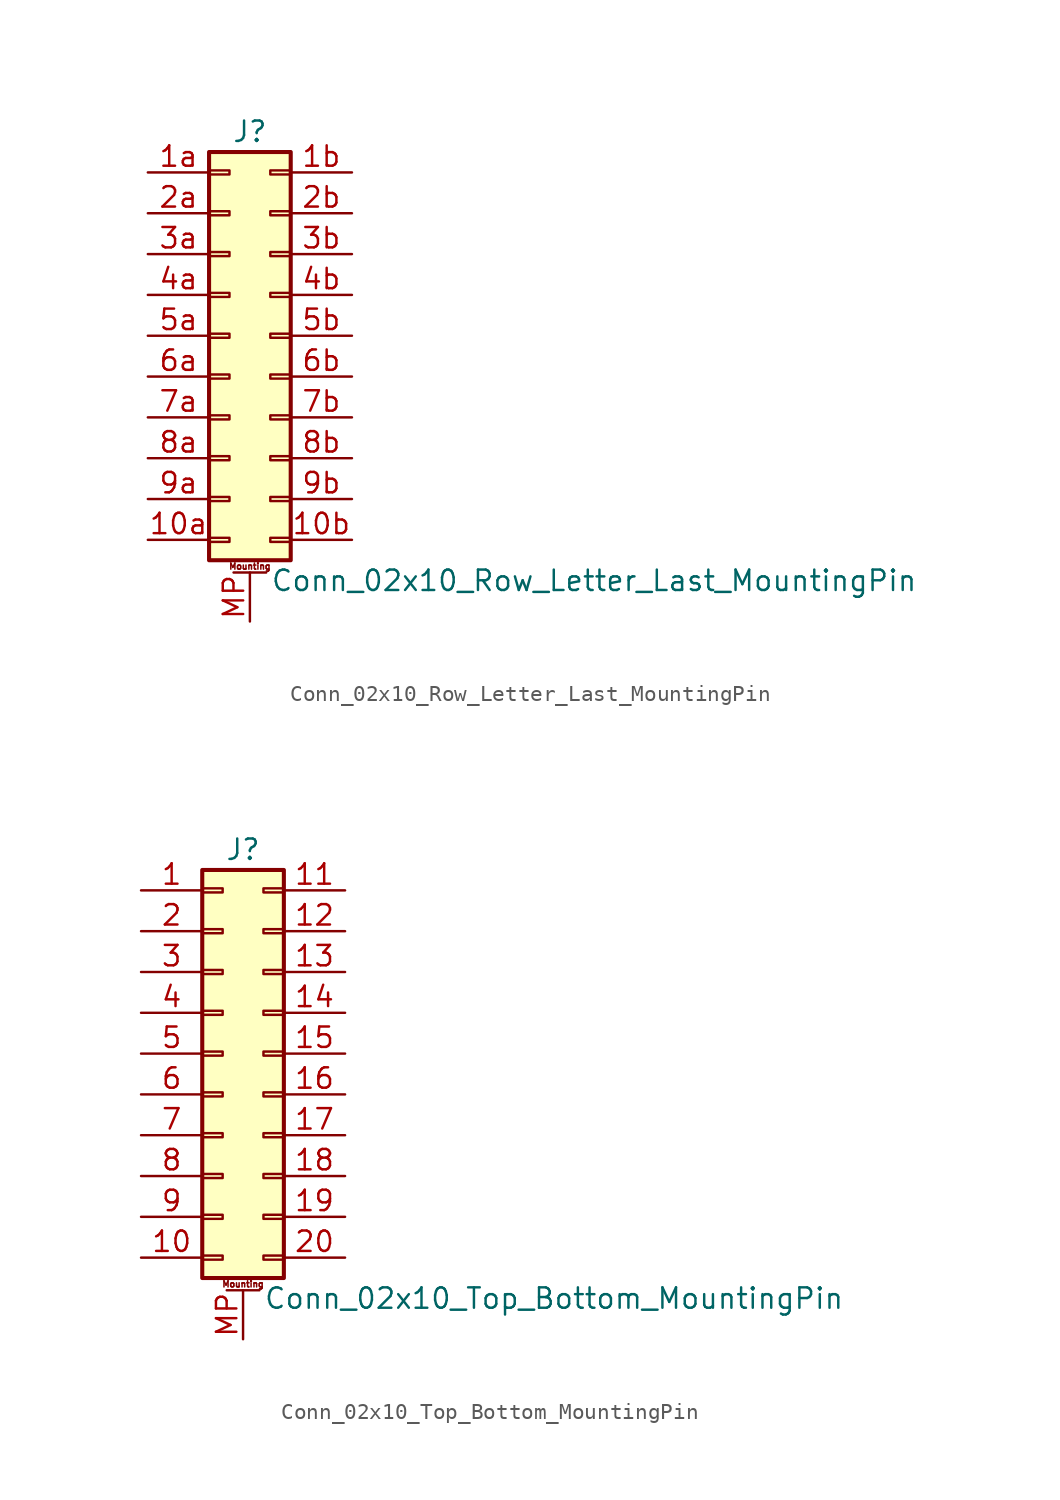
<source format=kicad_sym>
(kicad_symbol_lib
  (version 20211014)
  (generator kicad_symbol_editor)
  (symbol "Conn_02x10_Row_Letter_Last_MountingPin"
    (pin_names
      (offset 1.016) hide)
    (property "Reference" "J"
      (at 1.27 12.7 0)
      (effects (font (size 1.27 1.27))))
    (property "Value" "Conn_02x10_Row_Letter_Last_MountingPin"
      (at 2.54 -15.24 0)
      (effects (font (size 1.27 1.27)) (justify left)))
    (symbol "Conn_02x10_Row_Letter_Last_MountingPin_1_1"
      (rectangle (start -1.27 -12.573) (end 0 -12.827) (stroke (width 0.152) (type default) (color 0 0 0 0)) (fill (type none)))
      (rectangle (start -1.27 -10.033) (end 0 -10.287) (stroke (width 0.152) (type default) (color 0 0 0 0)) (fill (type none)))
      (rectangle (start -1.27 -7.493) (end 0 -7.747) (stroke (width 0.152) (type default) (color 0 0 0 0)) (fill (type none)))
      (rectangle (start -1.27 -4.953) (end 0 -5.207) (stroke (width 0.152) (type default) (color 0 0 0 0)) (fill (type none)))
      (rectangle (start -1.27 -2.413) (end 0 -2.667) (stroke (width 0.152) (type default) (color 0 0 0 0)) (fill (type none)))
      (rectangle (start -1.27 0.127) (end 0 -0.127) (stroke (width 0.152) (type default) (color 0 0 0 0)) (fill (type none)))
      (rectangle (start -1.27 2.667) (end 0 2.413) (stroke (width 0.152) (type default) (color 0 0 0 0)) (fill (type none)))
      (rectangle (start -1.27 5.207) (end 0 4.953) (stroke (width 0.152) (type default) (color 0 0 0 0)) (fill (type none)))
      (rectangle (start -1.27 7.747) (end 0 7.493) (stroke (width 0.152) (type default) (color 0 0 0 0)) (fill (type none)))
      (rectangle (start -1.27 10.287) (end 0 10.033) (stroke (width 0.152) (type default) (color 0 0 0 0)) (fill (type none)))
      (rectangle (start -1.27 11.43) (end 3.81 -13.97) (stroke (width 0.254) (type default) (color 0 0 0 0)) (fill (type background)))
      (polyline (pts (xy 0.254 -14.732) (xy 2.286 -14.732)) (stroke (width 0.152) (type default) (color 0 0 0 0)) (fill (type none)))
      (rectangle (start 3.81 -12.573) (end 2.54 -12.827) (stroke (width 0.152) (type default) (color 0 0 0 0)) (fill (type none)))
      (rectangle (start 3.81 -10.033) (end 2.54 -10.287) (stroke (width 0.152) (type default) (color 0 0 0 0)) (fill (type none)))
      (rectangle (start 3.81 -7.493) (end 2.54 -7.747) (stroke (width 0.152) (type default) (color 0 0 0 0)) (fill (type none)))
      (rectangle (start 3.81 -4.953) (end 2.54 -5.207) (stroke (width 0.152) (type default) (color 0 0 0 0)) (fill (type none)))
      (rectangle (start 3.81 -2.413) (end 2.54 -2.667) (stroke (width 0.152) (type default) (color 0 0 0 0)) (fill (type none)))
      (rectangle (start 3.81 0.127) (end 2.54 -0.127) (stroke (width 0.152) (type default) (color 0 0 0 0)) (fill (type none)))
      (rectangle (start 3.81 2.667) (end 2.54 2.413) (stroke (width 0.152) (type default) (color 0 0 0 0)) (fill (type none)))
      (rectangle (start 3.81 5.207) (end 2.54 4.953) (stroke (width 0.152) (type default) (color 0 0 0 0)) (fill (type none)))
      (rectangle (start 3.81 7.747) (end 2.54 7.493) (stroke (width 0.152) (type default) (color 0 0 0 0)) (fill (type none)))
      (rectangle (start 3.81 10.287) (end 2.54 10.033) (stroke (width 0.152) (type default) (color 0 0 0 0)) (fill (type none)))
      (text "Mounting" (at 1.27 -14.351 0) (effects (font (size 0.381 0.381))))
      (pin passive line (at -5.08 -12.7 0) (length 3.81) (name "Pin_10a" (effects (font (size 1.27 1.27)))) (number "10a" (effects (font (size 1.27 1.27)))))
      (pin passive line (at 7.62 -12.7 180) (length 3.81) (name "Pin_10b" (effects (font (size 1.27 1.27)))) (number "10b" (effects (font (size 1.27 1.27)))))
      (pin passive line (at -5.08 10.16 0) (length 3.81) (name "Pin_1a" (effects (font (size 1.27 1.27)))) (number "1a" (effects (font (size 1.27 1.27)))))
      (pin passive line (at 7.62 10.16 180) (length 3.81) (name "Pin_1b" (effects (font (size 1.27 1.27)))) (number "1b" (effects (font (size 1.27 1.27)))))
      (pin passive line (at -5.08 7.62 0) (length 3.81) (name "Pin_2a" (effects (font (size 1.27 1.27)))) (number "2a" (effects (font (size 1.27 1.27)))))
      (pin passive line (at 7.62 7.62 180) (length 3.81) (name "Pin_2b" (effects (font (size 1.27 1.27)))) (number "2b" (effects (font (size 1.27 1.27)))))
      (pin passive line (at -5.08 5.08 0) (length 3.81) (name "Pin_3a" (effects (font (size 1.27 1.27)))) (number "3a" (effects (font (size 1.27 1.27)))))
      (pin passive line (at 7.62 5.08 180) (length 3.81) (name "Pin_3b" (effects (font (size 1.27 1.27)))) (number "3b" (effects (font (size 1.27 1.27)))))
      (pin passive line (at -5.08 2.54 0) (length 3.81) (name "Pin_4a" (effects (font (size 1.27 1.27)))) (number "4a" (effects (font (size 1.27 1.27)))))
      (pin passive line (at 7.62 2.54 180) (length 3.81) (name "Pin_4b" (effects (font (size 1.27 1.27)))) (number "4b" (effects (font (size 1.27 1.27)))))
      (pin passive line (at -5.08 0 0) (length 3.81) (name "Pin_5a" (effects (font (size 1.27 1.27)))) (number "5a" (effects (font (size 1.27 1.27)))))
      (pin passive line (at 7.62 0 180) (length 3.81) (name "Pin_5b" (effects (font (size 1.27 1.27)))) (number "5b" (effects (font (size 1.27 1.27)))))
      (pin passive line (at -5.08 -2.54 0) (length 3.81) (name "Pin_6a" (effects (font (size 1.27 1.27)))) (number "6a" (effects (font (size 1.27 1.27)))))
      (pin passive line (at 7.62 -2.54 180) (length 3.81) (name "Pin_6b" (effects (font (size 1.27 1.27)))) (number "6b" (effects (font (size 1.27 1.27)))))
      (pin passive line (at -5.08 -5.08 0) (length 3.81) (name "Pin_7a" (effects (font (size 1.27 1.27)))) (number "7a" (effects (font (size 1.27 1.27)))))
      (pin passive line (at 7.62 -5.08 180) (length 3.81) (name "Pin_7b" (effects (font (size 1.27 1.27)))) (number "7b" (effects (font (size 1.27 1.27)))))
      (pin passive line (at -5.08 -7.62 0) (length 3.81) (name "Pin_8a" (effects (font (size 1.27 1.27)))) (number "8a" (effects (font (size 1.27 1.27)))))
      (pin passive line (at 7.62 -7.62 180) (length 3.81) (name "Pin_8b" (effects (font (size 1.27 1.27)))) (number "8b" (effects (font (size 1.27 1.27)))))
      (pin passive line (at -5.08 -10.16 0) (length 3.81) (name "Pin_9a" (effects (font (size 1.27 1.27)))) (number "9a" (effects (font (size 1.27 1.27)))))
      (pin passive line (at 7.62 -10.16 180) (length 3.81) (name "Pin_9b" (effects (font (size 1.27 1.27)))) (number "9b" (effects (font (size 1.27 1.27)))))
      (pin passive line (at 1.27 -17.78 90) (length 3.048) (name "MountPin" (effects (font (size 1.27 1.27)))) (number "MP" (effects (font (size 1.27 1.27)))))))
  (symbol "Conn_02x10_Top_Bottom_MountingPin"
    (pin_names
      (offset 1.016) hide)
    (property "Reference" "J"
      (at 1.27 12.7 0)
      (effects (font (size 1.27 1.27))))
    (property "Value" "Conn_02x10_Top_Bottom_MountingPin"
      (at 2.54 -15.24 0)
      (effects (font (size 1.27 1.27)) (justify left)))
    (symbol "Conn_02x10_Top_Bottom_MountingPin_1_1"
      (rectangle (start -1.27 -12.573) (end 0 -12.827) (stroke (width 0.152) (type default) (color 0 0 0 0)) (fill (type none)))
      (rectangle (start -1.27 -10.033) (end 0 -10.287) (stroke (width 0.152) (type default) (color 0 0 0 0)) (fill (type none)))
      (rectangle (start -1.27 -7.493) (end 0 -7.747) (stroke (width 0.152) (type default) (color 0 0 0 0)) (fill (type none)))
      (rectangle (start -1.27 -4.953) (end 0 -5.207) (stroke (width 0.152) (type default) (color 0 0 0 0)) (fill (type none)))
      (rectangle (start -1.27 -2.413) (end 0 -2.667) (stroke (width 0.152) (type default) (color 0 0 0 0)) (fill (type none)))
      (rectangle (start -1.27 0.127) (end 0 -0.127) (stroke (width 0.152) (type default) (color 0 0 0 0)) (fill (type none)))
      (rectangle (start -1.27 2.667) (end 0 2.413) (stroke (width 0.152) (type default) (color 0 0 0 0)) (fill (type none)))
      (rectangle (start -1.27 5.207) (end 0 4.953) (stroke (width 0.152) (type default) (color 0 0 0 0)) (fill (type none)))
      (rectangle (start -1.27 7.747) (end 0 7.493) (stroke (width 0.152) (type default) (color 0 0 0 0)) (fill (type none)))
      (rectangle (start -1.27 10.287) (end 0 10.033) (stroke (width 0.152) (type default) (color 0 0 0 0)) (fill (type none)))
      (rectangle (start -1.27 11.43) (end 3.81 -13.97) (stroke (width 0.254) (type default) (color 0 0 0 0)) (fill (type background)))
      (polyline (pts (xy 0.254 -14.732) (xy 2.286 -14.732)) (stroke (width 0.152) (type default) (color 0 0 0 0)) (fill (type none)))
      (rectangle (start 3.81 -12.573) (end 2.54 -12.827) (stroke (width 0.152) (type default) (color 0 0 0 0)) (fill (type none)))
      (rectangle (start 3.81 -10.033) (end 2.54 -10.287) (stroke (width 0.152) (type default) (color 0 0 0 0)) (fill (type none)))
      (rectangle (start 3.81 -7.493) (end 2.54 -7.747) (stroke (width 0.152) (type default) (color 0 0 0 0)) (fill (type none)))
      (rectangle (start 3.81 -4.953) (end 2.54 -5.207) (stroke (width 0.152) (type default) (color 0 0 0 0)) (fill (type none)))
      (rectangle (start 3.81 -2.413) (end 2.54 -2.667) (stroke (width 0.152) (type default) (color 0 0 0 0)) (fill (type none)))
      (rectangle (start 3.81 0.127) (end 2.54 -0.127) (stroke (width 0.152) (type default) (color 0 0 0 0)) (fill (type none)))
      (rectangle (start 3.81 2.667) (end 2.54 2.413) (stroke (width 0.152) (type default) (color 0 0 0 0)) (fill (type none)))
      (rectangle (start 3.81 5.207) (end 2.54 4.953) (stroke (width 0.152) (type default) (color 0 0 0 0)) (fill (type none)))
      (rectangle (start 3.81 7.747) (end 2.54 7.493) (stroke (width 0.152) (type default) (color 0 0 0 0)) (fill (type none)))
      (rectangle (start 3.81 10.287) (end 2.54 10.033) (stroke (width 0.152) (type default) (color 0 0 0 0)) (fill (type none)))
      (text "Mounting" (at 1.27 -14.351 0) (effects (font (size 0.381 0.381))))
      (pin passive line (at -5.08 10.16 0) (length 3.81) (name "Pin_1" (effects (font (size 1.27 1.27)))) (number "1" (effects (font (size 1.27 1.27)))))
      (pin passive line (at -5.08 -12.7 0) (length 3.81) (name "Pin_10" (effects (font (size 1.27 1.27)))) (number "10" (effects (font (size 1.27 1.27)))))
      (pin passive line (at 7.62 10.16 180) (length 3.81) (name "Pin_11" (effects (font (size 1.27 1.27)))) (number "11" (effects (font (size 1.27 1.27)))))
      (pin passive line (at 7.62 7.62 180) (length 3.81) (name "Pin_12" (effects (font (size 1.27 1.27)))) (number "12" (effects (font (size 1.27 1.27)))))
      (pin passive line (at 7.62 5.08 180) (length 3.81) (name "Pin_13" (effects (font (size 1.27 1.27)))) (number "13" (effects (font (size 1.27 1.27)))))
      (pin passive line (at 7.62 2.54 180) (length 3.81) (name "Pin_14" (effects (font (size 1.27 1.27)))) (number "14" (effects (font (size 1.27 1.27)))))
      (pin passive line (at 7.62 0 180) (length 3.81) (name "Pin_15" (effects (font (size 1.27 1.27)))) (number "15" (effects (font (size 1.27 1.27)))))
      (pin passive line (at 7.62 -2.54 180) (length 3.81) (name "Pin_16" (effects (font (size 1.27 1.27)))) (number "16" (effects (font (size 1.27 1.27)))))
      (pin passive line (at 7.62 -5.08 180) (length 3.81) (name "Pin_17" (effects (font (size 1.27 1.27)))) (number "17" (effects (font (size 1.27 1.27)))))
      (pin passive line (at 7.62 -7.62 180) (length 3.81) (name "Pin_18" (effects (font (size 1.27 1.27)))) (number "18" (effects (font (size 1.27 1.27)))))
      (pin passive line (at 7.62 -10.16 180) (length 3.81) (name "Pin_19" (effects (font (size 1.27 1.27)))) (number "19" (effects (font (size 1.27 1.27)))))
      (pin passive line (at -5.08 7.62 0) (length 3.81) (name "Pin_2" (effects (font (size 1.27 1.27)))) (number "2" (effects (font (size 1.27 1.27)))))
      (pin passive line (at 7.62 -12.7 180) (length 3.81) (name "Pin_20" (effects (font (size 1.27 1.27)))) (number "20" (effects (font (size 1.27 1.27)))))
      (pin passive line (at -5.08 5.08 0) (length 3.81) (name "Pin_3" (effects (font (size 1.27 1.27)))) (number "3" (effects (font (size 1.27 1.27)))))
      (pin passive line (at -5.08 2.54 0) (length 3.81) (name "Pin_4" (effects (font (size 1.27 1.27)))) (number "4" (effects (font (size 1.27 1.27)))))
      (pin passive line (at -5.08 0 0) (length 3.81) (name "Pin_5" (effects (font (size 1.27 1.27)))) (number "5" (effects (font (size 1.27 1.27)))))
      (pin passive line (at -5.08 -2.54 0) (length 3.81) (name "Pin_6" (effects (font (size 1.27 1.27)))) (number "6" (effects (font (size 1.27 1.27)))))
      (pin passive line (at -5.08 -5.08 0) (length 3.81) (name "Pin_7" (effects (font (size 1.27 1.27)))) (number "7" (effects (font (size 1.27 1.27)))))
      (pin passive line (at -5.08 -7.62 0) (length 3.81) (name "Pin_8" (effects (font (size 1.27 1.27)))) (number "8" (effects (font (size 1.27 1.27)))))
      (pin passive line (at -5.08 -10.16 0) (length 3.81) (name "Pin_9" (effects (font (size 1.27 1.27)))) (number "9" (effects (font (size 1.27 1.27)))))
      (pin passive line (at 1.27 -17.78 90) (length 3.048) (name "MountPin" (effects (font (size 1.27 1.27)))) (number "MP" (effects (font (size 1.27 1.27))))))))
</source>
